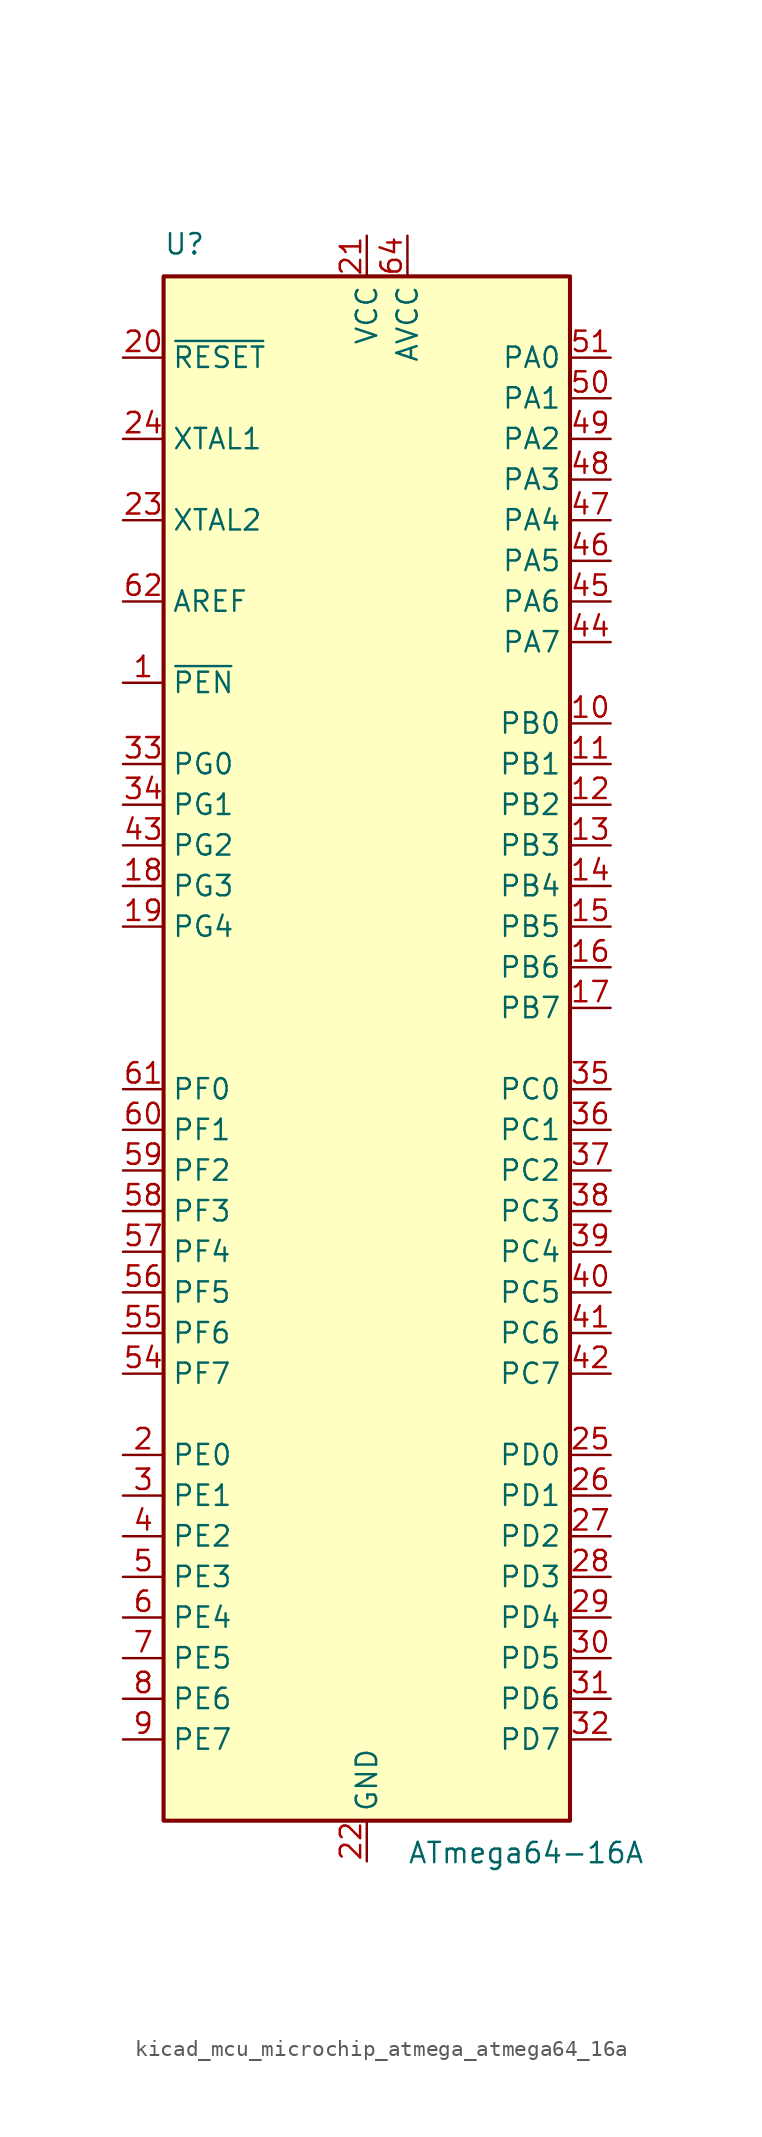
<source format=kicad_sym>
(kicad_symbol_lib
  (version 20220914)
  (generator kicad_symbol_editor)
  (symbol "kicad_mcu_microchip_atmega_atmega64_16a"
    (property "Reference" "U"
      (at -12.7 49.53 0)
      (effects (font (size 1.27 1.27)) (justify left bottom)))
    (property "Value" "ATmega64-16A"
      (at 2.54 -49.53 0)
      (effects (font (size 1.27 1.27)) (justify left top)))
    (symbol "kicad_mcu_microchip_atmega_atmega64_16a_0_1"
      (rectangle (start -12.7 -48.26) (end 12.7 48.26) (stroke (width 0.254) (type default)) (fill (type background))))
    (symbol "kicad_mcu_microchip_atmega_atmega64_16a_1_1"
      (pin input line (at -15.24 22.86 0) (length 2.54) (name "~{PEN}" (effects (font (size 1.27 1.27)))) (number "1" (effects (font (size 1.27 1.27)))))
      (pin bidirectional line (at 15.24 20.32 180) (length 2.54) (name "PB0" (effects (font (size 1.27 1.27)))) (number "10" (effects (font (size 1.27 1.27)))))
      (pin bidirectional line (at 15.24 17.78 180) (length 2.54) (name "PB1" (effects (font (size 1.27 1.27)))) (number "11" (effects (font (size 1.27 1.27)))))
      (pin bidirectional line (at 15.24 15.24 180) (length 2.54) (name "PB2" (effects (font (size 1.27 1.27)))) (number "12" (effects (font (size 1.27 1.27)))))
      (pin bidirectional line (at 15.24 12.7 180) (length 2.54) (name "PB3" (effects (font (size 1.27 1.27)))) (number "13" (effects (font (size 1.27 1.27)))))
      (pin bidirectional line (at 15.24 10.16 180) (length 2.54) (name "PB4" (effects (font (size 1.27 1.27)))) (number "14" (effects (font (size 1.27 1.27)))))
      (pin bidirectional line (at 15.24 7.62 180) (length 2.54) (name "PB5" (effects (font (size 1.27 1.27)))) (number "15" (effects (font (size 1.27 1.27)))))
      (pin bidirectional line (at 15.24 5.08 180) (length 2.54) (name "PB6" (effects (font (size 1.27 1.27)))) (number "16" (effects (font (size 1.27 1.27)))))
      (pin bidirectional line (at 15.24 2.54 180) (length 2.54) (name "PB7" (effects (font (size 1.27 1.27)))) (number "17" (effects (font (size 1.27 1.27)))))
      (pin bidirectional line (at -15.24 10.16 0) (length 2.54) (name "PG3" (effects (font (size 1.27 1.27)))) (number "18" (effects (font (size 1.27 1.27)))))
      (pin bidirectional line (at -15.24 7.62 0) (length 2.54) (name "PG4" (effects (font (size 1.27 1.27)))) (number "19" (effects (font (size 1.27 1.27)))))
      (pin bidirectional line (at -15.24 -25.4 0) (length 2.54) (name "PE0" (effects (font (size 1.27 1.27)))) (number "2" (effects (font (size 1.27 1.27)))))
      (pin input line (at -15.24 43.18 0) (length 2.54) (name "~{RESET}" (effects (font (size 1.27 1.27)))) (number "20" (effects (font (size 1.27 1.27)))))
      (pin power_in line (at 0 50.8 270) (length 2.54) (name "VCC" (effects (font (size 1.27 1.27)))) (number "21" (effects (font (size 1.27 1.27)))))
      (pin power_in line (at 0 -50.8 90) (length 2.54) (name "GND" (effects (font (size 1.27 1.27)))) (number "22" (effects (font (size 1.27 1.27)))))
      (pin output line (at -15.24 33.02 0) (length 2.54) (name "XTAL2" (effects (font (size 1.27 1.27)))) (number "23" (effects (font (size 1.27 1.27)))))
      (pin input line (at -15.24 38.1 0) (length 2.54) (name "XTAL1" (effects (font (size 1.27 1.27)))) (number "24" (effects (font (size 1.27 1.27)))))
      (pin bidirectional line (at 15.24 -25.4 180) (length 2.54) (name "PD0" (effects (font (size 1.27 1.27)))) (number "25" (effects (font (size 1.27 1.27)))))
      (pin bidirectional line (at 15.24 -27.94 180) (length 2.54) (name "PD1" (effects (font (size 1.27 1.27)))) (number "26" (effects (font (size 1.27 1.27)))))
      (pin bidirectional line (at 15.24 -30.48 180) (length 2.54) (name "PD2" (effects (font (size 1.27 1.27)))) (number "27" (effects (font (size 1.27 1.27)))))
      (pin bidirectional line (at 15.24 -33.02 180) (length 2.54) (name "PD3" (effects (font (size 1.27 1.27)))) (number "28" (effects (font (size 1.27 1.27)))))
      (pin bidirectional line (at 15.24 -35.56 180) (length 2.54) (name "PD4" (effects (font (size 1.27 1.27)))) (number "29" (effects (font (size 1.27 1.27)))))
      (pin bidirectional line (at -15.24 -27.94 0) (length 2.54) (name "PE1" (effects (font (size 1.27 1.27)))) (number "3" (effects (font (size 1.27 1.27)))))
      (pin bidirectional line (at 15.24 -38.1 180) (length 2.54) (name "PD5" (effects (font (size 1.27 1.27)))) (number "30" (effects (font (size 1.27 1.27)))))
      (pin bidirectional line (at 15.24 -40.64 180) (length 2.54) (name "PD6" (effects (font (size 1.27 1.27)))) (number "31" (effects (font (size 1.27 1.27)))))
      (pin bidirectional line (at 15.24 -43.18 180) (length 2.54) (name "PD7" (effects (font (size 1.27 1.27)))) (number "32" (effects (font (size 1.27 1.27)))))
      (pin bidirectional line (at -15.24 17.78 0) (length 2.54) (name "PG0" (effects (font (size 1.27 1.27)))) (number "33" (effects (font (size 1.27 1.27)))))
      (pin bidirectional line (at -15.24 15.24 0) (length 2.54) (name "PG1" (effects (font (size 1.27 1.27)))) (number "34" (effects (font (size 1.27 1.27)))))
      (pin bidirectional line (at 15.24 -2.54 180) (length 2.54) (name "PC0" (effects (font (size 1.27 1.27)))) (number "35" (effects (font (size 1.27 1.27)))))
      (pin bidirectional line (at 15.24 -5.08 180) (length 2.54) (name "PC1" (effects (font (size 1.27 1.27)))) (number "36" (effects (font (size 1.27 1.27)))))
      (pin bidirectional line (at 15.24 -7.62 180) (length 2.54) (name "PC2" (effects (font (size 1.27 1.27)))) (number "37" (effects (font (size 1.27 1.27)))))
      (pin bidirectional line (at 15.24 -10.16 180) (length 2.54) (name "PC3" (effects (font (size 1.27 1.27)))) (number "38" (effects (font (size 1.27 1.27)))))
      (pin bidirectional line (at 15.24 -12.7 180) (length 2.54) (name "PC4" (effects (font (size 1.27 1.27)))) (number "39" (effects (font (size 1.27 1.27)))))
      (pin bidirectional line (at -15.24 -30.48 0) (length 2.54) (name "PE2" (effects (font (size 1.27 1.27)))) (number "4" (effects (font (size 1.27 1.27)))))
      (pin bidirectional line (at 15.24 -15.24 180) (length 2.54) (name "PC5" (effects (font (size 1.27 1.27)))) (number "40" (effects (font (size 1.27 1.27)))))
      (pin bidirectional line (at 15.24 -17.78 180) (length 2.54) (name "PC6" (effects (font (size 1.27 1.27)))) (number "41" (effects (font (size 1.27 1.27)))))
      (pin bidirectional line (at 15.24 -20.32 180) (length 2.54) (name "PC7" (effects (font (size 1.27 1.27)))) (number "42" (effects (font (size 1.27 1.27)))))
      (pin bidirectional line (at -15.24 12.7 0) (length 2.54) (name "PG2" (effects (font (size 1.27 1.27)))) (number "43" (effects (font (size 1.27 1.27)))))
      (pin bidirectional line (at 15.24 25.4 180) (length 2.54) (name "PA7" (effects (font (size 1.27 1.27)))) (number "44" (effects (font (size 1.27 1.27)))))
      (pin bidirectional line (at 15.24 27.94 180) (length 2.54) (name "PA6" (effects (font (size 1.27 1.27)))) (number "45" (effects (font (size 1.27 1.27)))))
      (pin bidirectional line (at 15.24 30.48 180) (length 2.54) (name "PA5" (effects (font (size 1.27 1.27)))) (number "46" (effects (font (size 1.27 1.27)))))
      (pin bidirectional line (at 15.24 33.02 180) (length 2.54) (name "PA4" (effects (font (size 1.27 1.27)))) (number "47" (effects (font (size 1.27 1.27)))))
      (pin bidirectional line (at 15.24 35.56 180) (length 2.54) (name "PA3" (effects (font (size 1.27 1.27)))) (number "48" (effects (font (size 1.27 1.27)))))
      (pin bidirectional line (at 15.24 38.1 180) (length 2.54) (name "PA2" (effects (font (size 1.27 1.27)))) (number "49" (effects (font (size 1.27 1.27)))))
      (pin bidirectional line (at -15.24 -33.02 0) (length 2.54) (name "PE3" (effects (font (size 1.27 1.27)))) (number "5" (effects (font (size 1.27 1.27)))))
      (pin bidirectional line (at 15.24 40.64 180) (length 2.54) (name "PA1" (effects (font (size 1.27 1.27)))) (number "50" (effects (font (size 1.27 1.27)))))
      (pin bidirectional line (at 15.24 43.18 180) (length 2.54) (name "PA0" (effects (font (size 1.27 1.27)))) (number "51" (effects (font (size 1.27 1.27)))))
      (pin passive line (at 0 50.8 270) (length 2.54) hide (name "VCC" (effects (font (size 1.27 1.27)))) (number "52" (effects (font (size 1.27 1.27)))))
      (pin passive line (at 0 -50.8 90) (length 2.54) hide (name "GND" (effects (font (size 1.27 1.27)))) (number "53" (effects (font (size 1.27 1.27)))))
      (pin bidirectional line (at -15.24 -20.32 0) (length 2.54) (name "PF7" (effects (font (size 1.27 1.27)))) (number "54" (effects (font (size 1.27 1.27)))))
      (pin bidirectional line (at -15.24 -17.78 0) (length 2.54) (name "PF6" (effects (font (size 1.27 1.27)))) (number "55" (effects (font (size 1.27 1.27)))))
      (pin bidirectional line (at -15.24 -15.24 0) (length 2.54) (name "PF5" (effects (font (size 1.27 1.27)))) (number "56" (effects (font (size 1.27 1.27)))))
      (pin bidirectional line (at -15.24 -12.7 0) (length 2.54) (name "PF4" (effects (font (size 1.27 1.27)))) (number "57" (effects (font (size 1.27 1.27)))))
      (pin bidirectional line (at -15.24 -10.16 0) (length 2.54) (name "PF3" (effects (font (size 1.27 1.27)))) (number "58" (effects (font (size 1.27 1.27)))))
      (pin bidirectional line (at -15.24 -7.62 0) (length 2.54) (name "PF2" (effects (font (size 1.27 1.27)))) (number "59" (effects (font (size 1.27 1.27)))))
      (pin bidirectional line (at -15.24 -35.56 0) (length 2.54) (name "PE4" (effects (font (size 1.27 1.27)))) (number "6" (effects (font (size 1.27 1.27)))))
      (pin bidirectional line (at -15.24 -5.08 0) (length 2.54) (name "PF1" (effects (font (size 1.27 1.27)))) (number "60" (effects (font (size 1.27 1.27)))))
      (pin bidirectional line (at -15.24 -2.54 0) (length 2.54) (name "PF0" (effects (font (size 1.27 1.27)))) (number "61" (effects (font (size 1.27 1.27)))))
      (pin passive line (at -15.24 27.94 0) (length 2.54) (name "AREF" (effects (font (size 1.27 1.27)))) (number "62" (effects (font (size 1.27 1.27)))))
      (pin passive line (at 0 -50.8 90) (length 2.54) hide (name "GND" (effects (font (size 1.27 1.27)))) (number "63" (effects (font (size 1.27 1.27)))))
      (pin power_in line (at 2.54 50.8 270) (length 2.54) (name "AVCC" (effects (font (size 1.27 1.27)))) (number "64" (effects (font (size 1.27 1.27)))))
      (pin bidirectional line (at -15.24 -38.1 0) (length 2.54) (name "PE5" (effects (font (size 1.27 1.27)))) (number "7" (effects (font (size 1.27 1.27)))))
      (pin bidirectional line (at -15.24 -40.64 0) (length 2.54) (name "PE6" (effects (font (size 1.27 1.27)))) (number "8" (effects (font (size 1.27 1.27)))))
      (pin bidirectional line (at -15.24 -43.18 0) (length 2.54) (name "PE7" (effects (font (size 1.27 1.27)))) (number "9" (effects (font (size 1.27 1.27))))))))
</source>
